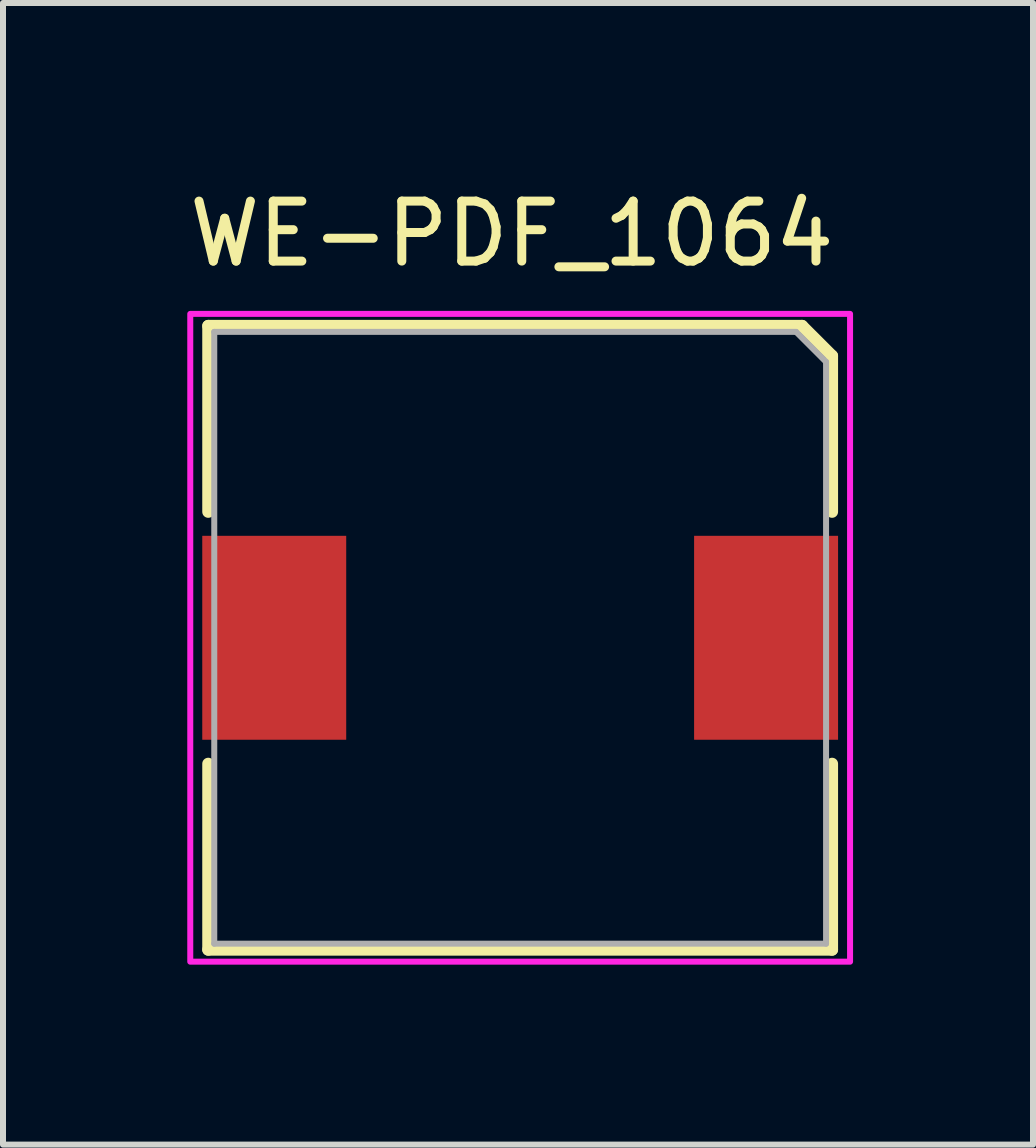
<source format=kicad_pcb>
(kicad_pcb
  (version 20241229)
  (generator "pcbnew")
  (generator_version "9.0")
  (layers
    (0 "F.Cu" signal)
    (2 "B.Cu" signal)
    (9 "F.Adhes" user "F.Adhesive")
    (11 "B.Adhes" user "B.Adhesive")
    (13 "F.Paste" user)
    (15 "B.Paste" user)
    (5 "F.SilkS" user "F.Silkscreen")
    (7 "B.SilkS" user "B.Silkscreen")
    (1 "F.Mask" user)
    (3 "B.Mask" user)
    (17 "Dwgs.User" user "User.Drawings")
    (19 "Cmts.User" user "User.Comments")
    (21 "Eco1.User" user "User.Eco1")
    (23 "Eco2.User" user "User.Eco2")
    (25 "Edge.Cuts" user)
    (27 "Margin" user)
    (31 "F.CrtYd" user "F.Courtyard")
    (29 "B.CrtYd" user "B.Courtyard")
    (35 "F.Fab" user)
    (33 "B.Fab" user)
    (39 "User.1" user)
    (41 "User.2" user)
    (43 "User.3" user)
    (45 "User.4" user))
  (footprint "WE-PDF_1064"
    (layer "F.Cu")
    (at 5.622 7.583)
    (property "Reference" "WE-PDF_1064" (at -0.14 -6.735 0) (layer "F.SilkS") (effects (font (size 1 1) (thickness 0.15))))
    (attr smd)
    (fp_line (start -5.2 -5.2) (end 4.7 -5.2) (stroke (width 0.2) (type solid)) (layer "F.SilkS"))
    (fp_line (start -5.2 -2.1) (end -5.2 -5.2) (stroke (width 0.2) (type solid)) (layer "F.SilkS"))
    (fp_line (start -5.2 2.1) (end -5.2 5.2) (stroke (width 0.2) (type solid)) (layer "F.SilkS"))
    (fp_line (start -5.2 5.2) (end 5.2 5.2) (stroke (width 0.2) (type solid)) (layer "F.SilkS"))
    (fp_line (start 4.7 -5.2) (end 5.2 -4.7) (stroke (width 0.2) (type solid)) (layer "F.SilkS"))
    (fp_line (start 5.2 -4.7) (end 5.2 -2.1) (stroke (width 0.2) (type solid)) (layer "F.SilkS"))
    (fp_line (start 5.2 5.2) (end 5.2 2.1) (stroke (width 0.2) (type solid)) (layer "F.SilkS"))
    (fp_poly (pts (xy 5.5 -5.4) (xy 5.5 5.4) (xy -5.5 5.4) (xy -5.5 -5.4)) (stroke (width 0.1) (type solid)) (fill no) (layer "F.CrtYd"))
    (fp_line (start -5.1 -5.1) (end -5.1 5.1) (stroke (width 0.1) (type solid)) (layer "F.Fab"))
    (fp_line (start 4.6 -5.1) (end -5.1 -5.1) (stroke (width 0.1) (type solid)) (layer "F.Fab"))
    (fp_line (start 4.6 -5.1) (end 5.1 -4.6) (stroke (width 0.1) (type solid)) (layer "F.Fab"))
    (fp_line (start 5.1 -4.6) (end 5.1 5.1) (stroke (width 0.1) (type solid)) (layer "F.Fab"))
    (fp_line (start 5.1 5.1) (end -5.1 5.1) (stroke (width 0.1) (type solid)) (layer "F.Fab"))
    (pad "1" smd rect (at -4.1 0) (size 2.4 3.4) (layers "F.Cu" "F.Mask" "F.Paste"))
    (pad "2" smd rect (at 4.1 0) (size 2.4 3.4) (layers "F.Cu" "F.Mask" "F.Paste")))
  (gr_rect
    (start -3 -3)
    (end 14.172 16.033)
    (stroke (width 0.1) (type default))
    (fill no)
    (layer "Edge.Cuts")))
</source>
